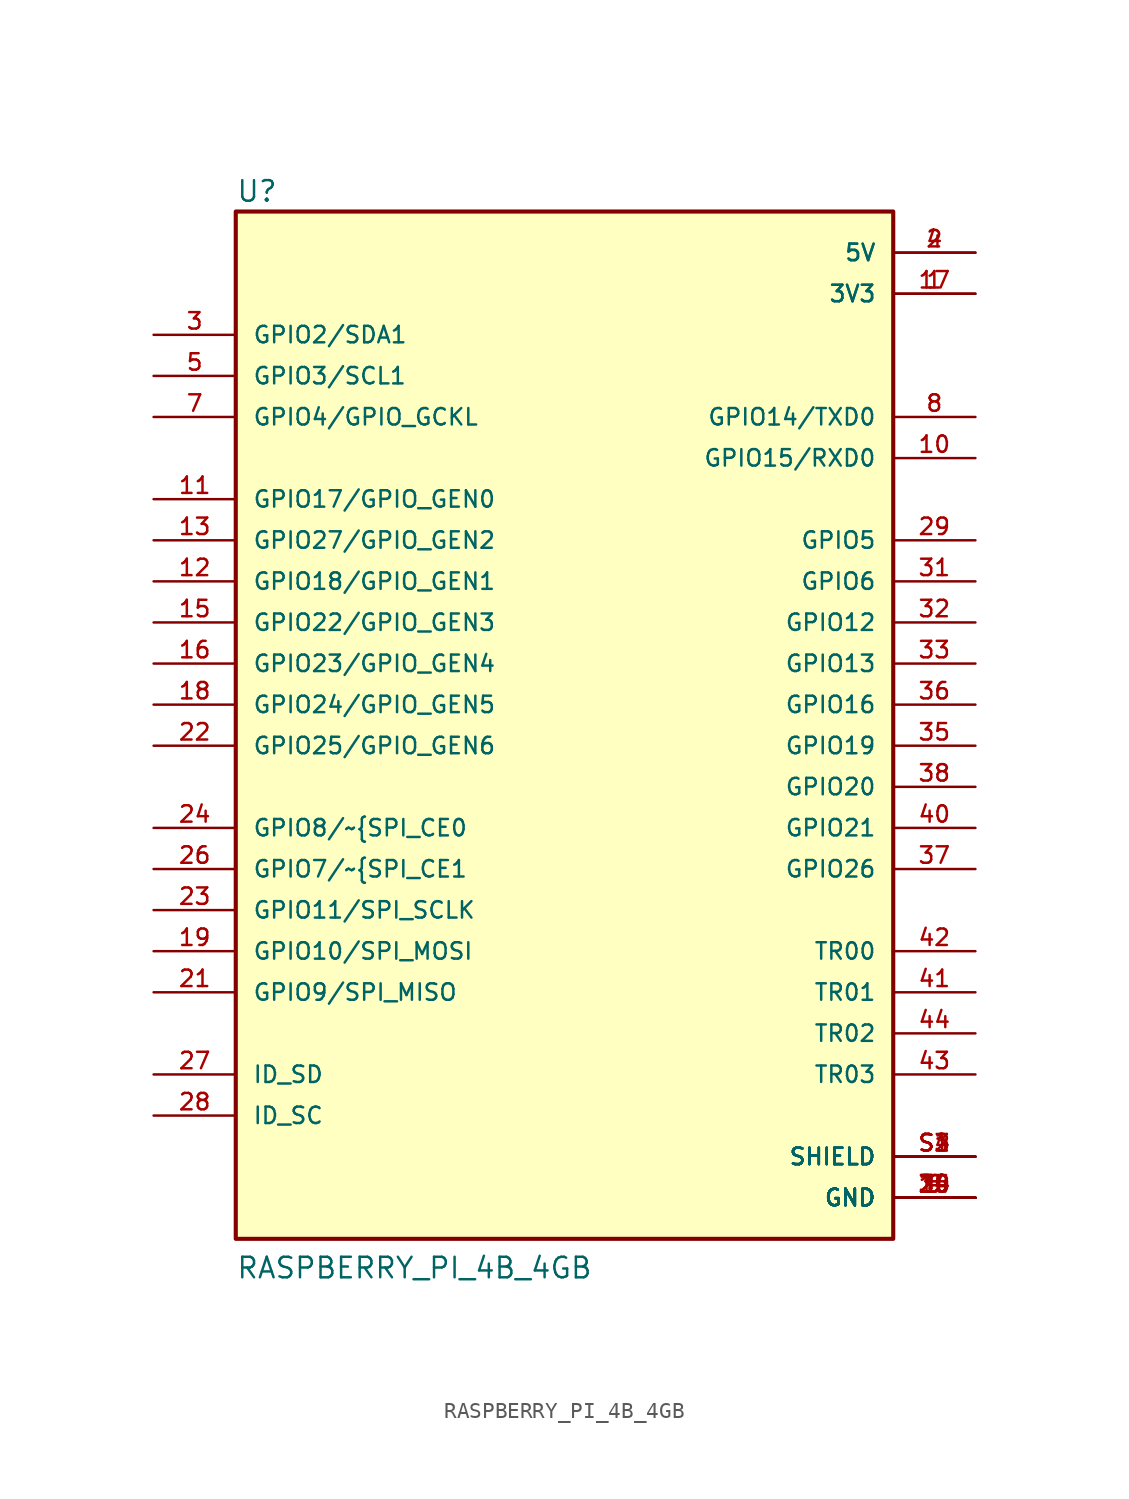
<source format=kicad_sym>
(kicad_symbol_lib
  (version 20220914)
  (generator kicad_symbol_editor)
  (symbol "RASPBERRY_PI_4B_4GB"
    (pin_names
      (offset 1.016))
    (property "Reference" "U"
      (at -20.32 33.528 0)
      (effects (font (size 1.27 1.27)) (justify left bottom)))
    (property "Value" "RASPBERRY_PI_4B_4GB"
      (at -20.32 -33.02 0)
      (effects (font (size 1.27 1.27)) (justify left bottom)))
    (symbol "RASPBERRY_PI_4B_4GB_0_0"
      (rectangle (start -20.32 -30.48) (end 20.32 33.02) (stroke (width 0.254) (type default)) (fill (type background)))
      (pin power_in line (at 25.4 27.94 180) (length 5.08) (name "3V3" (effects (font (size 1.016 1.016)))) (number "1" (effects (font (size 1.016 1.016)))))
      (pin bidirectional line (at 25.4 17.78 180) (length 5.08) (name "GPIO15/RXD0" (effects (font (size 1.016 1.016)))) (number "10" (effects (font (size 1.016 1.016)))))
      (pin bidirectional line (at -25.4 15.24 0) (length 5.08) (name "GPIO17/GPIO_GEN0" (effects (font (size 1.016 1.016)))) (number "11" (effects (font (size 1.016 1.016)))))
      (pin bidirectional line (at -25.4 10.16 0) (length 5.08) (name "GPIO18/GPIO_GEN1" (effects (font (size 1.016 1.016)))) (number "12" (effects (font (size 1.016 1.016)))))
      (pin bidirectional line (at -25.4 12.7 0) (length 5.08) (name "GPIO27/GPIO_GEN2" (effects (font (size 1.016 1.016)))) (number "13" (effects (font (size 1.016 1.016)))))
      (pin power_in line (at 25.4 -27.94 180) (length 5.08) (name "GND" (effects (font (size 1.016 1.016)))) (number "14" (effects (font (size 1.016 1.016)))))
      (pin bidirectional line (at -25.4 7.62 0) (length 5.08) (name "GPIO22/GPIO_GEN3" (effects (font (size 1.016 1.016)))) (number "15" (effects (font (size 1.016 1.016)))))
      (pin bidirectional line (at -25.4 5.08 0) (length 5.08) (name "GPIO23/GPIO_GEN4" (effects (font (size 1.016 1.016)))) (number "16" (effects (font (size 1.016 1.016)))))
      (pin power_in line (at 25.4 27.94 180) (length 5.08) (name "3V3" (effects (font (size 1.016 1.016)))) (number "17" (effects (font (size 1.016 1.016)))))
      (pin bidirectional line (at -25.4 2.54 0) (length 5.08) (name "GPIO24/GPIO_GEN5" (effects (font (size 1.016 1.016)))) (number "18" (effects (font (size 1.016 1.016)))))
      (pin bidirectional line (at -25.4 -12.7 0) (length 5.08) (name "GPIO10/SPI_MOSI" (effects (font (size 1.016 1.016)))) (number "19" (effects (font (size 1.016 1.016)))))
      (pin power_in line (at 25.4 30.48 180) (length 5.08) (name "5V" (effects (font (size 1.016 1.016)))) (number "2" (effects (font (size 1.016 1.016)))))
      (pin power_in line (at 25.4 -27.94 180) (length 5.08) (name "GND" (effects (font (size 1.016 1.016)))) (number "20" (effects (font (size 1.016 1.016)))))
      (pin bidirectional line (at -25.4 -15.24 0) (length 5.08) (name "GPIO9/SPI_MISO" (effects (font (size 1.016 1.016)))) (number "21" (effects (font (size 1.016 1.016)))))
      (pin bidirectional line (at -25.4 0 0) (length 5.08) (name "GPIO25/GPIO_GEN6" (effects (font (size 1.016 1.016)))) (number "22" (effects (font (size 1.016 1.016)))))
      (pin bidirectional line (at -25.4 -10.16 0) (length 5.08) (name "GPIO11/SPI_SCLK" (effects (font (size 1.016 1.016)))) (number "23" (effects (font (size 1.016 1.016)))))
      (pin bidirectional line (at -25.4 -5.08 0) (length 5.08) (name "GPIO8/~{SPI_CE0~{}" (effects (font (size 1.016 1.016)))) (number "24" (effects (font (size 1.016 1.016)))))
      (pin power_in line (at 25.4 -27.94 180) (length 5.08) (name "GND" (effects (font (size 1.016 1.016)))) (number "25" (effects (font (size 1.016 1.016)))))
      (pin bidirectional line (at -25.4 -7.62 0) (length 5.08) (name "GPIO7/~{SPI_CE1~{}" (effects (font (size 1.016 1.016)))) (number "26" (effects (font (size 1.016 1.016)))))
      (pin bidirectional line (at -25.4 -20.32 0) (length 5.08) (name "ID_SD" (effects (font (size 1.016 1.016)))) (number "27" (effects (font (size 1.016 1.016)))))
      (pin bidirectional line (at -25.4 -22.86 0) (length 5.08) (name "ID_SC" (effects (font (size 1.016 1.016)))) (number "28" (effects (font (size 1.016 1.016)))))
      (pin bidirectional line (at 25.4 12.7 180) (length 5.08) (name "GPIO5" (effects (font (size 1.016 1.016)))) (number "29" (effects (font (size 1.016 1.016)))))
      (pin bidirectional line (at -25.4 25.4 0) (length 5.08) (name "GPIO2/SDA1" (effects (font (size 1.016 1.016)))) (number "3" (effects (font (size 1.016 1.016)))))
      (pin power_in line (at 25.4 -27.94 180) (length 5.08) (name "GND" (effects (font (size 1.016 1.016)))) (number "30" (effects (font (size 1.016 1.016)))))
      (pin bidirectional line (at 25.4 10.16 180) (length 5.08) (name "GPIO6" (effects (font (size 1.016 1.016)))) (number "31" (effects (font (size 1.016 1.016)))))
      (pin bidirectional line (at 25.4 7.62 180) (length 5.08) (name "GPIO12" (effects (font (size 1.016 1.016)))) (number "32" (effects (font (size 1.016 1.016)))))
      (pin bidirectional line (at 25.4 5.08 180) (length 5.08) (name "GPIO13" (effects (font (size 1.016 1.016)))) (number "33" (effects (font (size 1.016 1.016)))))
      (pin power_in line (at 25.4 -27.94 180) (length 5.08) (name "GND" (effects (font (size 1.016 1.016)))) (number "34" (effects (font (size 1.016 1.016)))))
      (pin bidirectional line (at 25.4 0 180) (length 5.08) (name "GPIO19" (effects (font (size 1.016 1.016)))) (number "35" (effects (font (size 1.016 1.016)))))
      (pin bidirectional line (at 25.4 2.54 180) (length 5.08) (name "GPIO16" (effects (font (size 1.016 1.016)))) (number "36" (effects (font (size 1.016 1.016)))))
      (pin bidirectional line (at 25.4 -7.62 180) (length 5.08) (name "GPIO26" (effects (font (size 1.016 1.016)))) (number "37" (effects (font (size 1.016 1.016)))))
      (pin bidirectional line (at 25.4 -2.54 180) (length 5.08) (name "GPIO20" (effects (font (size 1.016 1.016)))) (number "38" (effects (font (size 1.016 1.016)))))
      (pin power_in line (at 25.4 -27.94 180) (length 5.08) (name "GND" (effects (font (size 1.016 1.016)))) (number "39" (effects (font (size 1.016 1.016)))))
      (pin power_in line (at 25.4 30.48 180) (length 5.08) (name "5V" (effects (font (size 1.016 1.016)))) (number "4" (effects (font (size 1.016 1.016)))))
      (pin bidirectional line (at 25.4 -5.08 180) (length 5.08) (name "GPIO21" (effects (font (size 1.016 1.016)))) (number "40" (effects (font (size 1.016 1.016)))))
      (pin bidirectional line (at 25.4 -15.24 180) (length 5.08) (name "TR01" (effects (font (size 1.016 1.016)))) (number "41" (effects (font (size 1.016 1.016)))))
      (pin bidirectional line (at 25.4 -12.7 180) (length 5.08) (name "TR00" (effects (font (size 1.016 1.016)))) (number "42" (effects (font (size 1.016 1.016)))))
      (pin bidirectional line (at 25.4 -20.32 180) (length 5.08) (name "TR03" (effects (font (size 1.016 1.016)))) (number "43" (effects (font (size 1.016 1.016)))))
      (pin bidirectional line (at 25.4 -17.78 180) (length 5.08) (name "TR02" (effects (font (size 1.016 1.016)))) (number "44" (effects (font (size 1.016 1.016)))))
      (pin bidirectional line (at -25.4 22.86 0) (length 5.08) (name "GPIO3/SCL1" (effects (font (size 1.016 1.016)))) (number "5" (effects (font (size 1.016 1.016)))))
      (pin power_in line (at 25.4 -27.94 180) (length 5.08) (name "GND" (effects (font (size 1.016 1.016)))) (number "6" (effects (font (size 1.016 1.016)))))
      (pin bidirectional line (at -25.4 20.32 0) (length 5.08) (name "GPIO4/GPIO_GCKL" (effects (font (size 1.016 1.016)))) (number "7" (effects (font (size 1.016 1.016)))))
      (pin bidirectional line (at 25.4 20.32 180) (length 5.08) (name "GPIO14/TXD0" (effects (font (size 1.016 1.016)))) (number "8" (effects (font (size 1.016 1.016)))))
      (pin power_in line (at 25.4 -27.94 180) (length 5.08) (name "GND" (effects (font (size 1.016 1.016)))) (number "9" (effects (font (size 1.016 1.016)))))
      (pin power_in line (at 25.4 -25.4 180) (length 5.08) (name "SHIELD" (effects (font (size 1.016 1.016)))) (number "S1" (effects (font (size 1.016 1.016)))))
      (pin power_in line (at 25.4 -25.4 180) (length 5.08) (name "SHIELD" (effects (font (size 1.016 1.016)))) (number "S2" (effects (font (size 1.016 1.016)))))
      (pin power_in line (at 25.4 -25.4 180) (length 5.08) (name "SHIELD" (effects (font (size 1.016 1.016)))) (number "S3" (effects (font (size 1.016 1.016)))))
      (pin power_in line (at 25.4 -25.4 180) (length 5.08) (name "SHIELD" (effects (font (size 1.016 1.016)))) (number "S4" (effects (font (size 1.016 1.016))))))))
</source>
